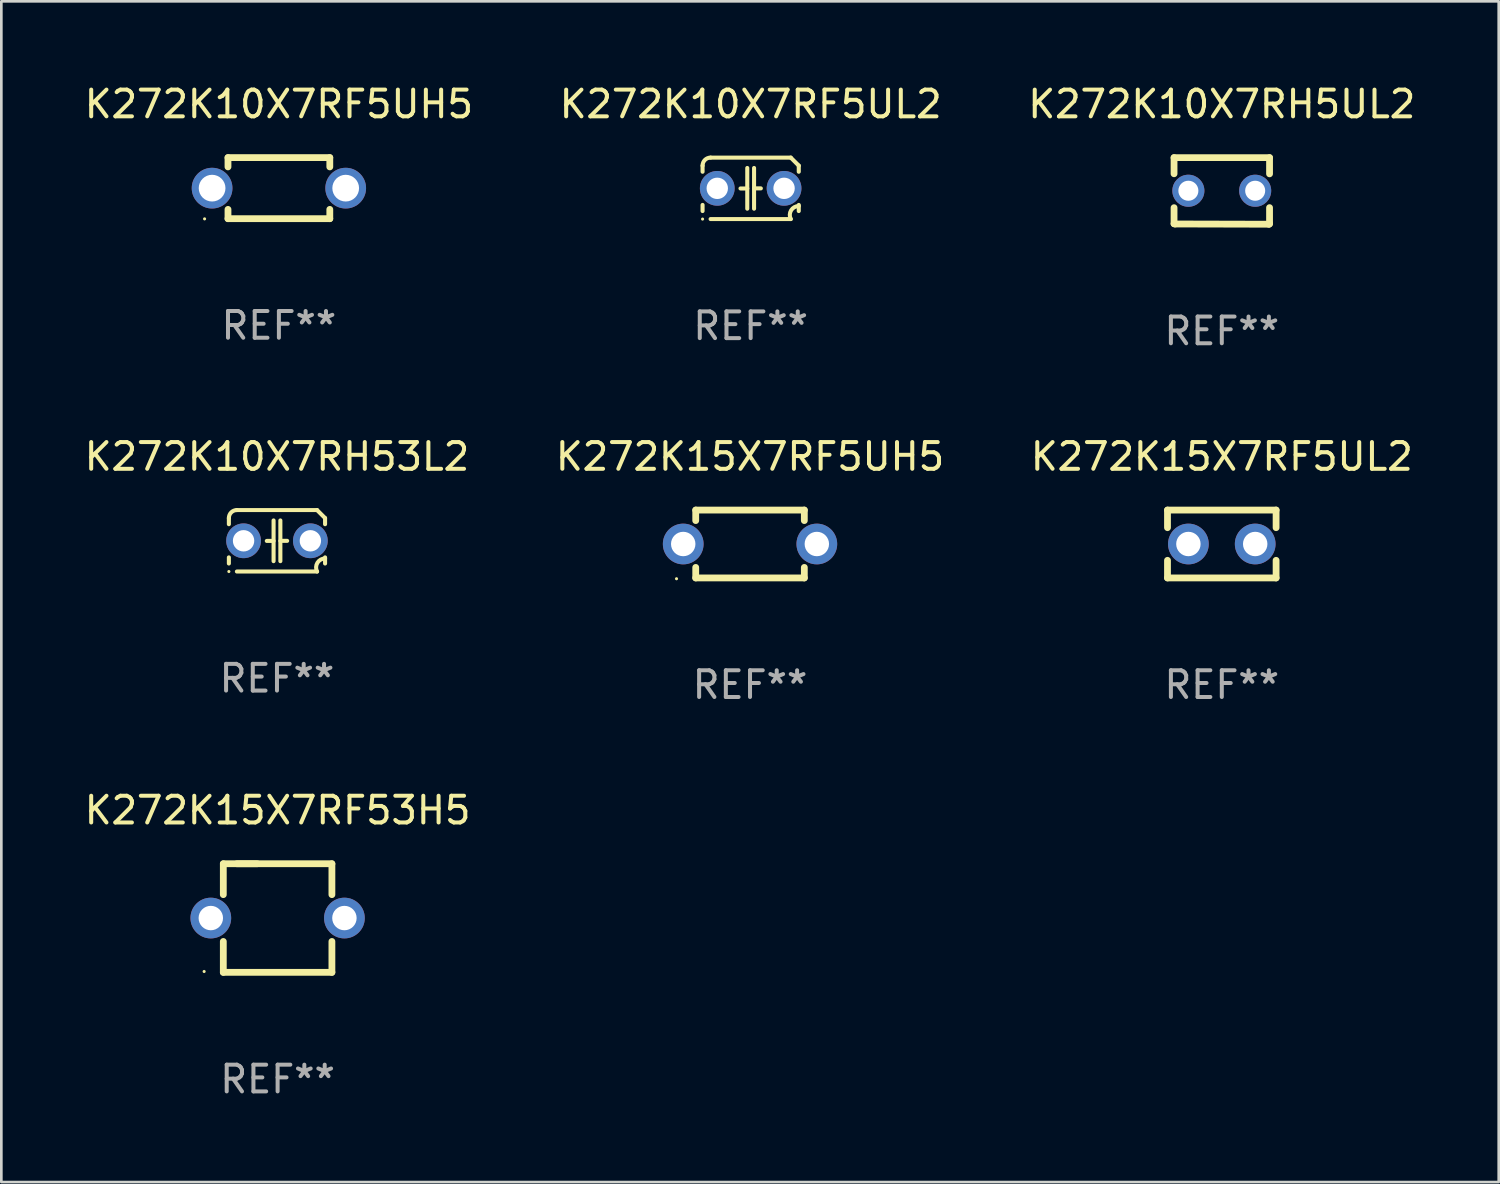
<source format=kicad_pcb>
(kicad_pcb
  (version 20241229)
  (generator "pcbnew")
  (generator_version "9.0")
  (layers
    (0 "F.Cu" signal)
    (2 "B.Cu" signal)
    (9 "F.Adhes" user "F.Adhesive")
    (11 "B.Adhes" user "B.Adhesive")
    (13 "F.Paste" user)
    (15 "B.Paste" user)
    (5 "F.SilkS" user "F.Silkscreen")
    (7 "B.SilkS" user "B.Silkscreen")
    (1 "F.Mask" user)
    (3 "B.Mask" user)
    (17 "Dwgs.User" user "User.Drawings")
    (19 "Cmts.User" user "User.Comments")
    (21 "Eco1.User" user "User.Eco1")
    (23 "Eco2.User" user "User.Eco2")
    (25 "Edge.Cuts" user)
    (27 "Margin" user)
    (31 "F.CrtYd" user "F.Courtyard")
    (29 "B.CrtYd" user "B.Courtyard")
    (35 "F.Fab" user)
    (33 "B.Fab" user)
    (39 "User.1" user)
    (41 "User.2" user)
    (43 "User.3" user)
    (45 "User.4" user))
  (footprint "K272K15X7RF53H5"
    (layer "F.Cu")
    (at 7.339 31.306)
    (property "Reference" "K272K15X7RF53H5" (at 0 -4.032 0) (layer "F.SilkS") (effects (font (size 1 1) (thickness 0.15))))
    (attr through_hole)
    (fp_line (start -2.032 -2.032) (end -0.762 -2.032) (stroke (width 0.254) (type solid)) (layer "F.SilkS"))
    (fp_line (start -2.032 -0.876) (end -2.032 -2.032) (stroke (width 0.254) (type solid)) (layer "F.SilkS"))
    (fp_line (start -2.032 2.032) (end -2.032 0.876) (stroke (width 0.254) (type solid)) (layer "F.SilkS"))
    (fp_line (start -1.524 -2.032) (end 2.032 -2.032) (stroke (width 0.254) (type solid)) (layer "F.SilkS"))
    (fp_line (start 2.032 -2.032) (end 2.032 -0.876) (stroke (width 0.254) (type solid)) (layer "F.SilkS"))
    (fp_line (start 2.032 0.876) (end 2.032 2.032) (stroke (width 0.254) (type solid)) (layer "F.SilkS"))
    (fp_line (start 2.032 2.032) (end -2.032 2.032) (stroke (width 0.254) (type solid)) (layer "F.SilkS"))
    (fp_circle (center -2.75 2) (end -2.72 2) (stroke (width 0.06) (type solid)) (fill no) (layer "F.SilkS"))
    (fp_text user "REF**" (at 0 6.032 0) (layer "F.Fab") (effects (font (size 1 1) (thickness 0.15))))
    (pad "1" thru_hole circle (at -2.5 0) (size 1.524 1.524) (drill 0.914) (layers "*.Cu" "*.Mask"))
    (pad "2" thru_hole circle (at 2.5 0) (size 1.524 1.524) (drill 0.914) (layers "*.Cu" "*.Mask")))
  (footprint "K272K10X7RF5UL2"
    (layer "F.Cu")
    (at 25.042 3.998)
    (property "Reference" "K272K10X7RF5UL2" (at 0 -3.15 0) (layer "F.SilkS") (effects (font (size 1 1) (thickness 0.15))))
    (attr through_hole)
    (fp_line (start -1.8 -0.621) (end -1.8 -0.85) (stroke (width 0.152) (type solid)) (layer "F.SilkS"))
    (fp_line (start -1.8 0.85) (end -1.8 0.621) (stroke (width 0.152) (type solid)) (layer "F.SilkS"))
    (fp_line (start -1.5 -1.15) (end 1.5 -1.15) (stroke (width 0.152) (type solid)) (layer "F.SilkS"))
    (fp_line (start -0.127 -0.762) (end -0.127 0.762) (stroke (width 0.152) (type solid)) (layer "F.SilkS"))
    (fp_line (start -0.127 0.005) (end -0.381 0.005) (stroke (width 0.152) (type solid)) (layer "F.SilkS"))
    (fp_line (start 0.127 -0.762) (end 0.127 0.762) (stroke (width 0.152) (type solid)) (layer "F.SilkS"))
    (fp_line (start 0.127 0.002) (end 0.381 0.002) (stroke (width 0.152) (type solid)) (layer "F.SilkS"))
    (fp_line (start 1.5 1.15) (end -1.5 1.15) (stroke (width 0.152) (type solid)) (layer "F.SilkS"))
    (fp_line (start 1.8 -0.85) (end 1.8 -0.621) (stroke (width 0.152) (type solid)) (layer "F.SilkS"))
    (fp_line (start 1.8 0.621) (end 1.8 0.85) (stroke (width 0.152) (type solid)) (layer "F.SilkS"))
    (fp_arc (start -1.799975 -0.849987) (mid -1.712107 -1.062119) (end -1.499975 -1.149987) (stroke (width 0.151994) (type solid)) (layer "F.SilkS"))
    (fp_arc (start 1.499975 1.149987) (mid 1.513726 0.822359) (end 1.799975 0.662387) (stroke (width 0.151994) (type solid)) (layer "F.SilkS"))
    (fp_arc (start 1.500001 -1.149986) (mid 1.650015 -1.000001) (end 1.8 -0.849987) (stroke (width 0.151994) (type solid)) (layer "F.SilkS"))
    (fp_circle (center -1.8 1.15) (end -1.77 1.15) (stroke (width 0.06) (type solid)) (fill no) (layer "F.SilkS"))
    (fp_text user "REF**" (at 0 5.15 0) (layer "F.Fab") (effects (font (size 1 1) (thickness 0.15))))
    (pad "1" thru_hole circle (at -1.25 0) (size 1.3 1.3) (drill 0.8) (layers "*.Cu" "*.Mask"))
    (pad "2" thru_hole circle (at 1.25 0) (size 1.3 1.3) (drill 0.8) (layers "*.Cu" "*.Mask")))
  (footprint "K272K10X7RH53L2"
    (layer "F.Cu")
    (at 7.315 17.188)
    (property "Reference" "K272K10X7RH53L2" (at 0 -3.15 0) (layer "F.SilkS") (effects (font (size 1 1) (thickness 0.15))))
    (attr through_hole)
    (fp_line (start -1.8 -0.621) (end -1.8 -0.85) (stroke (width 0.152) (type solid)) (layer "F.SilkS"))
    (fp_line (start -1.8 0.85) (end -1.8 0.621) (stroke (width 0.152) (type solid)) (layer "F.SilkS"))
    (fp_line (start -1.5 -1.15) (end 1.5 -1.15) (stroke (width 0.152) (type solid)) (layer "F.SilkS"))
    (fp_line (start -0.127 -0.762) (end -0.127 0.762) (stroke (width 0.152) (type solid)) (layer "F.SilkS"))
    (fp_line (start -0.127 0.005) (end -0.381 0.005) (stroke (width 0.152) (type solid)) (layer "F.SilkS"))
    (fp_line (start 0.127 -0.762) (end 0.127 0.762) (stroke (width 0.152) (type solid)) (layer "F.SilkS"))
    (fp_line (start 0.127 0.002) (end 0.381 0.002) (stroke (width 0.152) (type solid)) (layer "F.SilkS"))
    (fp_line (start 1.5 1.15) (end -1.5 1.15) (stroke (width 0.152) (type solid)) (layer "F.SilkS"))
    (fp_line (start 1.8 -0.85) (end 1.8 -0.621) (stroke (width 0.152) (type solid)) (layer "F.SilkS"))
    (fp_line (start 1.8 0.621) (end 1.8 0.85) (stroke (width 0.152) (type solid)) (layer "F.SilkS"))
    (fp_arc (start -1.799975 -0.849987) (mid -1.712107 -1.062119) (end -1.499975 -1.149987) (stroke (width 0.151994) (type solid)) (layer "F.SilkS"))
    (fp_arc (start 1.499975 1.149987) (mid 1.513726 0.822359) (end 1.799975 0.662387) (stroke (width 0.151994) (type solid)) (layer "F.SilkS"))
    (fp_arc (start 1.500001 -1.149986) (mid 1.650015 -1.000001) (end 1.8 -0.849987) (stroke (width 0.151994) (type solid)) (layer "F.SilkS"))
    (fp_circle (center -1.8 1.15) (end -1.77 1.15) (stroke (width 0.06) (type solid)) (fill no) (layer "F.SilkS"))
    (fp_text user "REF**" (at 0 5.15 0) (layer "F.Fab") (effects (font (size 1 1) (thickness 0.15))))
    (pad "1" thru_hole circle (at -1.25 0) (size 1.3 1.3) (drill 0.8) (layers "*.Cu" "*.Mask"))
    (pad "2" thru_hole circle (at 1.25 0) (size 1.3 1.3) (drill 0.8) (layers "*.Cu" "*.Mask")))
  (footprint "K272K15X7RF5UL2"
    (layer "F.Cu")
    (at 42.673 17.308)
    (property "Reference" "K272K15X7RF5UL2" (at 0 -3.27 0) (layer "F.SilkS") (effects (font (size 1 1) (thickness 0.15))))
    (attr through_hole)
    (fp_line (start -2.032 -1.27) (end -2.032 -0.611) (stroke (width 0.254) (type solid)) (layer "F.SilkS"))
    (fp_line (start -2.032 0.611) (end -2.032 1.27) (stroke (width 0.254) (type solid)) (layer "F.SilkS"))
    (fp_line (start -2.032 1.27) (end 2.032 1.27) (stroke (width 0.254) (type solid)) (layer "F.SilkS"))
    (fp_line (start 2.032 -1.27) (end -2.032 -1.27) (stroke (width 0.254) (type solid)) (layer "F.SilkS"))
    (fp_line (start 2.032 -0.611) (end 2.032 -1.27) (stroke (width 0.254) (type solid)) (layer "F.SilkS"))
    (fp_line (start 2.032 1.27) (end 2.032 0.611) (stroke (width 0.254) (type solid)) (layer "F.SilkS"))
    (fp_circle (center -2 1.3) (end -1.97 1.3) (stroke (width 0.06) (type solid)) (fill no) (layer "F.SilkS"))
    (fp_text user "REF**" (at 0 5.27 0) (layer "F.Fab") (effects (font (size 1 1) (thickness 0.15))))
    (pad "1" thru_hole circle (at -1.25 0) (size 1.524 1.524) (drill 0.914) (layers "*.Cu" "*.Mask"))
    (pad "2" thru_hole circle (at 1.25 0) (size 1.524 1.524) (drill 0.914) (layers "*.Cu" "*.Mask")))
  (footprint "K272K15X7RF5UH5"
    (layer "F.Cu")
    (at 25.018 17.308)
    (property "Reference" "K272K15X7RF5UH5" (at 0 -3.27 0) (layer "F.SilkS") (effects (font (size 1 1) (thickness 0.15))))
    (attr through_hole)
    (fp_line (start -2.032 -1.27) (end -2.032 -0.876) (stroke (width 0.254) (type solid)) (layer "F.SilkS"))
    (fp_line (start -2.032 0.876) (end -2.032 1.27) (stroke (width 0.254) (type solid)) (layer "F.SilkS"))
    (fp_line (start -2.032 1.27) (end 2.032 1.27) (stroke (width 0.254) (type solid)) (layer "F.SilkS"))
    (fp_line (start 2.032 -1.27) (end -2.032 -1.27) (stroke (width 0.254) (type solid)) (layer "F.SilkS"))
    (fp_line (start 2.032 -0.876) (end 2.032 -1.27) (stroke (width 0.254) (type solid)) (layer "F.SilkS"))
    (fp_line (start 2.032 1.27) (end 2.032 0.876) (stroke (width 0.254) (type solid)) (layer "F.SilkS"))
    (fp_circle (center -2.751 1.3) (end -2.721 1.3) (stroke (width 0.06) (type solid)) (fill no) (layer "F.SilkS"))
    (fp_text user "REF**" (at 0 5.27 0) (layer "F.Fab") (effects (font (size 1 1) (thickness 0.15))))
    (pad "1" thru_hole circle (at -2.5 0) (size 1.524 1.524) (drill 0.914) (layers "*.Cu" "*.Mask"))
    (pad "2" thru_hole circle (at 2.5 0) (size 1.524 1.524) (drill 0.914) (layers "*.Cu" "*.Mask")))
  (footprint "K272K10X7RH5UL2"
    (layer "F.Cu")
    (at 42.673 4.095)
    (property "Reference" "K272K10X7RH5UL2" (at 0 -3.246 0) (layer "F.SilkS") (effects (font (size 1 1) (thickness 0.15))))
    (attr through_hole)
    (fp_line (start -1.787 -1.246) (end -1.787 -0.642) (stroke (width 0.254) (type solid)) (layer "F.SilkS"))
    (fp_line (start -1.787 0.627) (end -1.787 1.228) (stroke (width 0.254) (type solid)) (layer "F.SilkS"))
    (fp_line (start -1.787 1.228) (end -1.75 1.237) (stroke (width 0.254) (type solid)) (layer "F.SilkS"))
    (fp_line (start -1.75 1.237) (end 1.759 1.246) (stroke (width 0.254) (type solid)) (layer "F.SilkS"))
    (fp_line (start 1.759 1.246) (end 1.787 1.218) (stroke (width 0.254) (type solid)) (layer "F.SilkS"))
    (fp_line (start 1.787 -1.246) (end -1.787 -1.246) (stroke (width 0.254) (type solid)) (layer "F.SilkS"))
    (fp_line (start 1.787 -0.639) (end 1.787 -1.246) (stroke (width 0.254) (type solid)) (layer "F.SilkS"))
    (fp_line (start 1.787 1.237) (end 1.787 0.625) (stroke (width 0.254) (type solid)) (layer "F.SilkS"))
    (fp_circle (center -1.801 1.243) (end -1.771 1.243) (stroke (width 0.06) (type solid)) (fill no) (layer "F.SilkS"))
    (fp_text user "REF**" (at 0 5.246 0) (layer "F.Fab") (effects (font (size 1 1) (thickness 0.15))))
    (pad "1" thru_hole circle (at -1.251 -0.007) (size 1.2 1.2) (drill 0.75) (layers "*.Cu" "*.Mask"))
    (pad "2" thru_hole circle (at 1.249 -0.007) (size 1.2 1.2) (drill 0.75) (layers "*.Cu" "*.Mask")))
  (footprint "K272K10X7RF5UH5"
    (layer "F.Cu")
    (at 7.387 3.991)
    (property "Reference" "K272K10X7RF5UH5" (at 0 -3.143 0) (layer "F.SilkS") (effects (font (size 1 1) (thickness 0.15))))
    (attr through_hole)
    (fp_line (start -1.905 -1.143) (end 1.905 -1.143) (stroke (width 0.254) (type solid)) (layer "F.SilkS"))
    (fp_line (start -1.905 -0.795) (end -1.905 -1.143) (stroke (width 0.254) (type solid)) (layer "F.SilkS"))
    (fp_line (start -1.905 1.143) (end -1.905 0.795) (stroke (width 0.254) (type solid)) (layer "F.SilkS"))
    (fp_line (start 1.905 -1.143) (end 1.905 -0.795) (stroke (width 0.254) (type solid)) (layer "F.SilkS"))
    (fp_line (start 1.905 0.795) (end 1.905 1.143) (stroke (width 0.254) (type solid)) (layer "F.SilkS"))
    (fp_line (start 1.905 1.143) (end -1.905 1.143) (stroke (width 0.254) (type solid)) (layer "F.SilkS"))
    (fp_circle (center -2.781 1.15) (end -2.751 1.15) (stroke (width 0.06) (type solid)) (fill no) (layer "F.SilkS"))
    (fp_text user "REF**" (at 0 5.143 0) (layer "F.Fab") (effects (font (size 1 1) (thickness 0.15))))
    (pad "1" thru_hole circle (at -2.5 0) (size 1.524 1.524) (drill 1) (layers "*.Cu" "*.Mask"))
    (pad "2" thru_hole circle (at 2.5 0) (size 1.524 1.524) (drill 1) (layers "*.Cu" "*.Mask")))
  (gr_rect
    (start -3 -3)
    (end 53.036 41.186)
    (stroke (width 0.1) (type default))
    (fill no)
    (layer "Edge.Cuts")))
</source>
